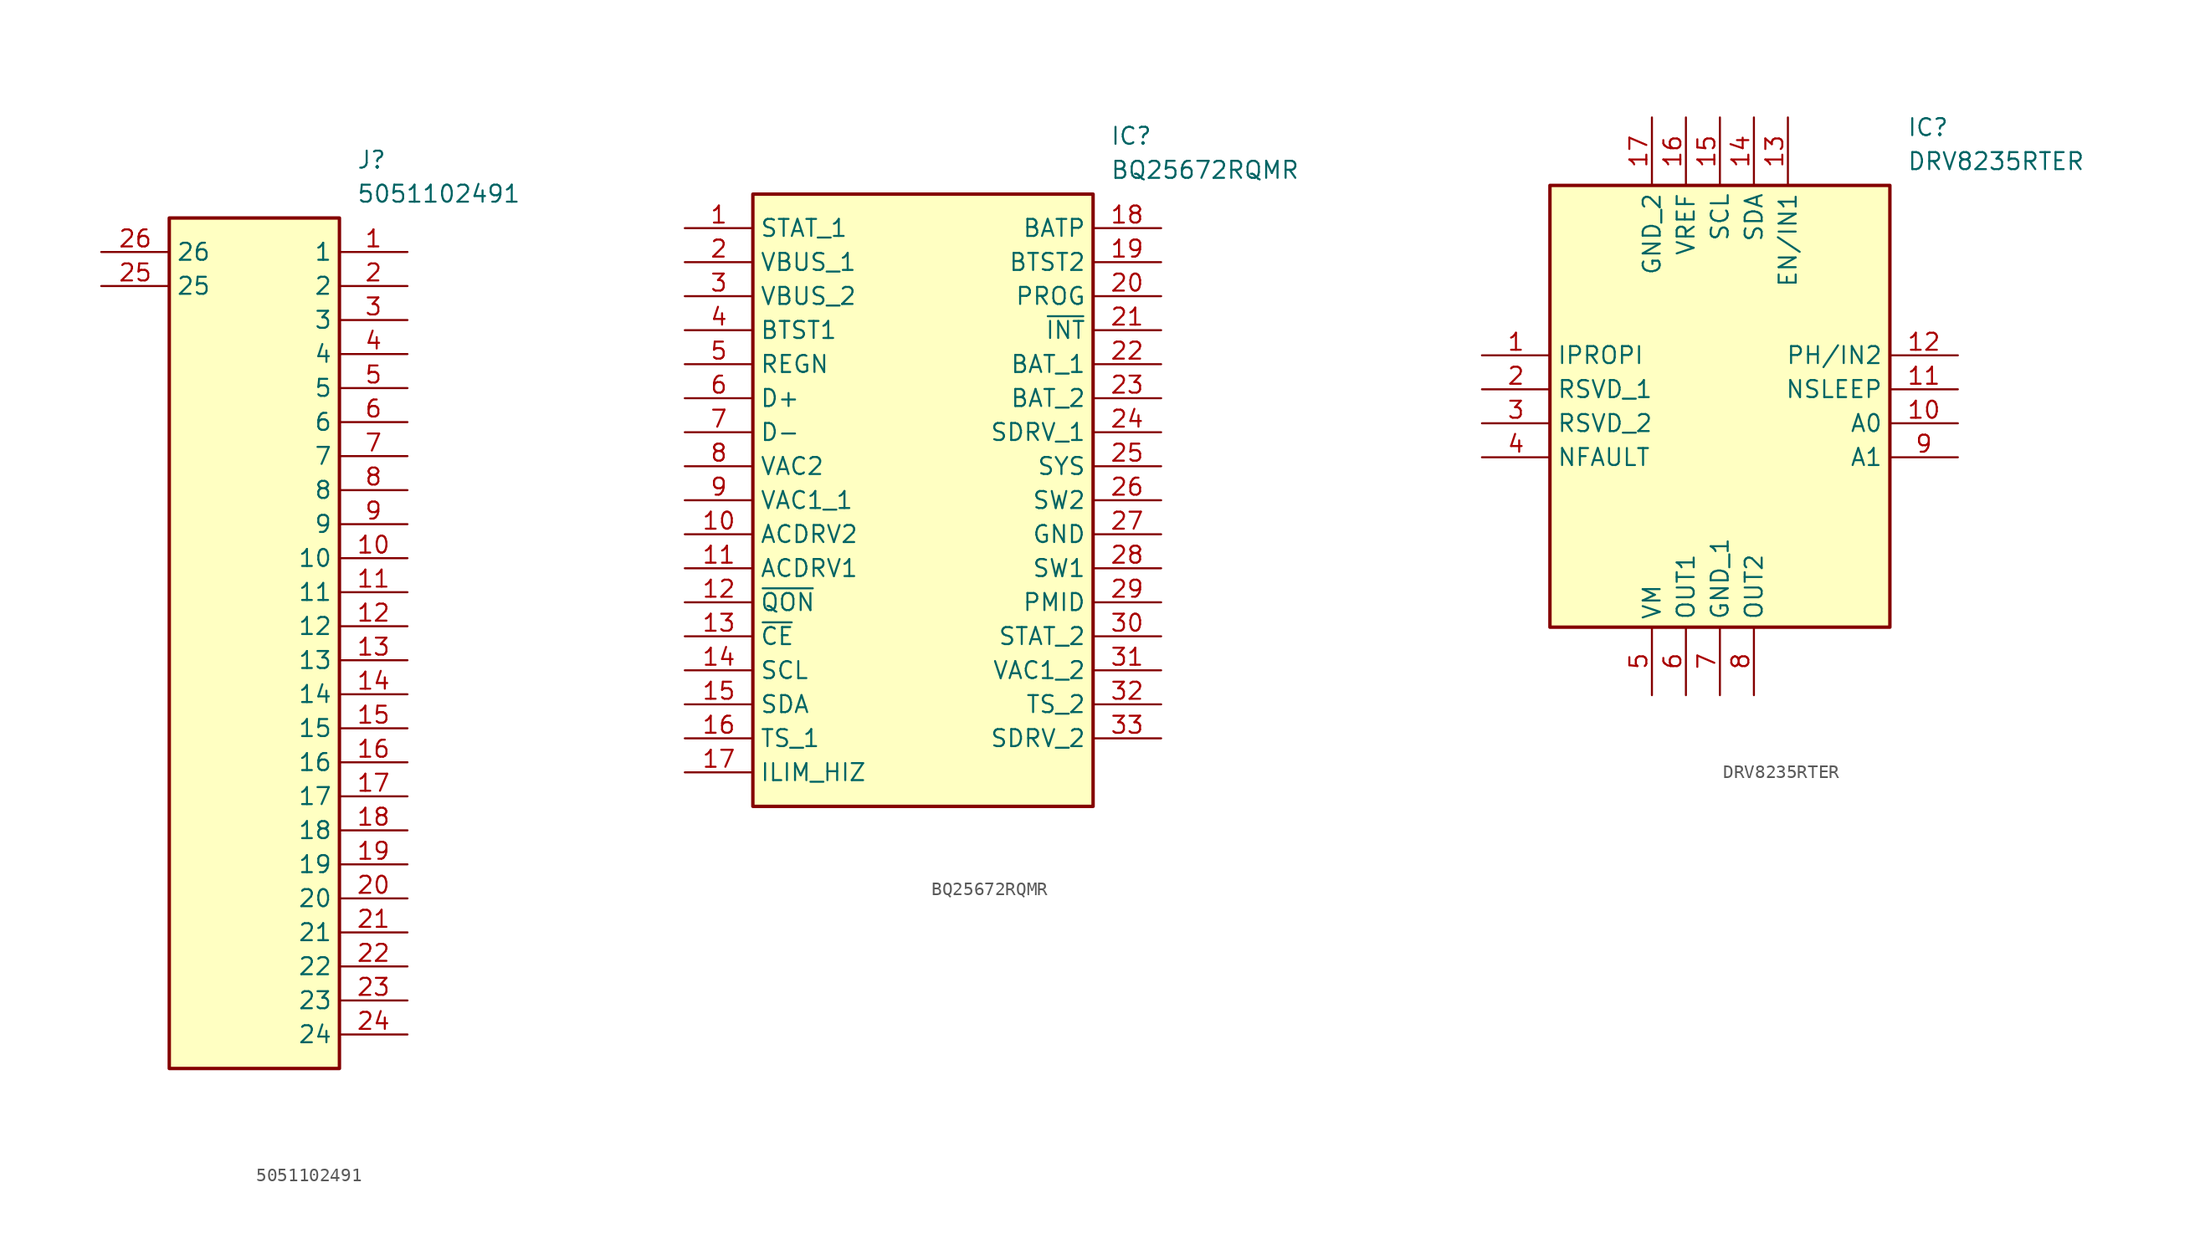
<source format=kicad_sym>
(kicad_symbol_lib
  (version 20220914)
  (generator SamacSys_ECAD_Model)
  (symbol "5051102491"
    (property "Reference" "J"
      (at 19.05 7.62 0)
      (effects (font (size 1.27 1.27)) (justify left top)))
    (property "Value" "5051102491"
      (at 19.05 5.08 0)
      (effects (font (size 1.27 1.27)) (justify left top)))
    (rectangle
      (start 5.08 2.54)
      (end 17.78 -60.96)
      (stroke (width 0.254) (type default))
      (fill (type background)))
    (pin passive line
      (at 22.86 0 180)
      (length 5.08)
      (name "1" (effects (font (size 1.27 1.27))))
      (number "1" (effects (font (size 1.27 1.27)))))
    (pin passive line
      (at 22.86 -2.54 180)
      (length 5.08)
      (name "2" (effects (font (size 1.27 1.27))))
      (number "2" (effects (font (size 1.27 1.27)))))
    (pin passive line
      (at 22.86 -5.08 180)
      (length 5.08)
      (name "3" (effects (font (size 1.27 1.27))))
      (number "3" (effects (font (size 1.27 1.27)))))
    (pin passive line
      (at 22.86 -7.62 180)
      (length 5.08)
      (name "4" (effects (font (size 1.27 1.27))))
      (number "4" (effects (font (size 1.27 1.27)))))
    (pin passive line
      (at 22.86 -10.16 180)
      (length 5.08)
      (name "5" (effects (font (size 1.27 1.27))))
      (number "5" (effects (font (size 1.27 1.27)))))
    (pin passive line
      (at 22.86 -12.7 180)
      (length 5.08)
      (name "6" (effects (font (size 1.27 1.27))))
      (number "6" (effects (font (size 1.27 1.27)))))
    (pin passive line
      (at 22.86 -15.24 180)
      (length 5.08)
      (name "7" (effects (font (size 1.27 1.27))))
      (number "7" (effects (font (size 1.27 1.27)))))
    (pin passive line
      (at 22.86 -17.78 180)
      (length 5.08)
      (name "8" (effects (font (size 1.27 1.27))))
      (number "8" (effects (font (size 1.27 1.27)))))
    (pin passive line
      (at 22.86 -20.32 180)
      (length 5.08)
      (name "9" (effects (font (size 1.27 1.27))))
      (number "9" (effects (font (size 1.27 1.27)))))
    (pin passive line
      (at 22.86 -22.86 180)
      (length 5.08)
      (name "10" (effects (font (size 1.27 1.27))))
      (number "10" (effects (font (size 1.27 1.27)))))
    (pin passive line
      (at 22.86 -25.4 180)
      (length 5.08)
      (name "11" (effects (font (size 1.27 1.27))))
      (number "11" (effects (font (size 1.27 1.27)))))
    (pin passive line
      (at 22.86 -27.94 180)
      (length 5.08)
      (name "12" (effects (font (size 1.27 1.27))))
      (number "12" (effects (font (size 1.27 1.27)))))
    (pin passive line
      (at 22.86 -30.48 180)
      (length 5.08)
      (name "13" (effects (font (size 1.27 1.27))))
      (number "13" (effects (font (size 1.27 1.27)))))
    (pin passive line
      (at 22.86 -33.02 180)
      (length 5.08)
      (name "14" (effects (font (size 1.27 1.27))))
      (number "14" (effects (font (size 1.27 1.27)))))
    (pin passive line
      (at 22.86 -35.56 180)
      (length 5.08)
      (name "15" (effects (font (size 1.27 1.27))))
      (number "15" (effects (font (size 1.27 1.27)))))
    (pin passive line
      (at 22.86 -38.1 180)
      (length 5.08)
      (name "16" (effects (font (size 1.27 1.27))))
      (number "16" (effects (font (size 1.27 1.27)))))
    (pin passive line
      (at 22.86 -40.64 180)
      (length 5.08)
      (name "17" (effects (font (size 1.27 1.27))))
      (number "17" (effects (font (size 1.27 1.27)))))
    (pin passive line
      (at 22.86 -43.18 180)
      (length 5.08)
      (name "18" (effects (font (size 1.27 1.27))))
      (number "18" (effects (font (size 1.27 1.27)))))
    (pin passive line
      (at 22.86 -45.72 180)
      (length 5.08)
      (name "19" (effects (font (size 1.27 1.27))))
      (number "19" (effects (font (size 1.27 1.27)))))
    (pin passive line
      (at 22.86 -48.26 180)
      (length 5.08)
      (name "20" (effects (font (size 1.27 1.27))))
      (number "20" (effects (font (size 1.27 1.27)))))
    (pin passive line
      (at 22.86 -50.8 180)
      (length 5.08)
      (name "21" (effects (font (size 1.27 1.27))))
      (number "21" (effects (font (size 1.27 1.27)))))
    (pin passive line
      (at 22.86 -53.34 180)
      (length 5.08)
      (name "22" (effects (font (size 1.27 1.27))))
      (number "22" (effects (font (size 1.27 1.27)))))
    (pin passive line
      (at 22.86 -55.88 180)
      (length 5.08)
      (name "23" (effects (font (size 1.27 1.27))))
      (number "23" (effects (font (size 1.27 1.27)))))
    (pin passive line
      (at 22.86 -58.42 180)
      (length 5.08)
      (name "24" (effects (font (size 1.27 1.27))))
      (number "24" (effects (font (size 1.27 1.27)))))
    (pin passive line
      (at 0 -2.54 0)
      (length 5.08)
      (name "25" (effects (font (size 1.27 1.27))))
      (number "25" (effects (font (size 1.27 1.27)))))
    (pin passive line
      (at 0 0 0)
      (length 5.08)
      (name "26" (effects (font (size 1.27 1.27))))
      (number "26" (effects (font (size 1.27 1.27))))))
  (symbol "BQ25672RQMR"
    (property "Reference" "IC"
      (at 31.75 7.62 0)
      (effects (font (size 1.27 1.27)) (justify left top)))
    (property "Value" "BQ25672RQMR"
      (at 31.75 5.08 0)
      (effects (font (size 1.27 1.27)) (justify left top)))
    (rectangle
      (start 5.08 2.54)
      (end 30.48 -43.18)
      (stroke (width 0.254) (type default))
      (fill (type background)))
    (pin passive line
      (at 0 0 0)
      (length 5.08)
      (name "STAT_1" (effects (font (size 1.27 1.27))))
      (number "1" (effects (font (size 1.27 1.27)))))
    (pin passive line
      (at 0 -2.54 0)
      (length 5.08)
      (name "VBUS_1" (effects (font (size 1.27 1.27))))
      (number "2" (effects (font (size 1.27 1.27)))))
    (pin passive line
      (at 0 -5.08 0)
      (length 5.08)
      (name "VBUS_2" (effects (font (size 1.27 1.27))))
      (number "3" (effects (font (size 1.27 1.27)))))
    (pin passive line
      (at 0 -7.62 0)
      (length 5.08)
      (name "BTST1" (effects (font (size 1.27 1.27))))
      (number "4" (effects (font (size 1.27 1.27)))))
    (pin passive line
      (at 0 -10.16 0)
      (length 5.08)
      (name "REGN" (effects (font (size 1.27 1.27))))
      (number "5" (effects (font (size 1.27 1.27)))))
    (pin passive line
      (at 0 -12.7 0)
      (length 5.08)
      (name "D+" (effects (font (size 1.27 1.27))))
      (number "6" (effects (font (size 1.27 1.27)))))
    (pin passive line
      (at 0 -15.24 0)
      (length 5.08)
      (name "D-" (effects (font (size 1.27 1.27))))
      (number "7" (effects (font (size 1.27 1.27)))))
    (pin passive line
      (at 0 -17.78 0)
      (length 5.08)
      (name "VAC2" (effects (font (size 1.27 1.27))))
      (number "8" (effects (font (size 1.27 1.27)))))
    (pin passive line
      (at 0 -20.32 0)
      (length 5.08)
      (name "VAC1_1" (effects (font (size 1.27 1.27))))
      (number "9" (effects (font (size 1.27 1.27)))))
    (pin passive line
      (at 0 -22.86 0)
      (length 5.08)
      (name "ACDRV2" (effects (font (size 1.27 1.27))))
      (number "10" (effects (font (size 1.27 1.27)))))
    (pin passive line
      (at 0 -25.4 0)
      (length 5.08)
      (name "ACDRV1" (effects (font (size 1.27 1.27))))
      (number "11" (effects (font (size 1.27 1.27)))))
    (pin passive line
      (at 0 -27.94 0)
      (length 5.08)
      (name "~{QON}" (effects (font (size 1.27 1.27))))
      (number "12" (effects (font (size 1.27 1.27)))))
    (pin passive line
      (at 0 -30.48 0)
      (length 5.08)
      (name "~{CE}" (effects (font (size 1.27 1.27))))
      (number "13" (effects (font (size 1.27 1.27)))))
    (pin passive line
      (at 0 -33.02 0)
      (length 5.08)
      (name "SCL" (effects (font (size 1.27 1.27))))
      (number "14" (effects (font (size 1.27 1.27)))))
    (pin passive line
      (at 0 -35.56 0)
      (length 5.08)
      (name "SDA" (effects (font (size 1.27 1.27))))
      (number "15" (effects (font (size 1.27 1.27)))))
    (pin passive line
      (at 0 -38.1 0)
      (length 5.08)
      (name "TS_1" (effects (font (size 1.27 1.27))))
      (number "16" (effects (font (size 1.27 1.27)))))
    (pin passive line
      (at 0 -40.64 0)
      (length 5.08)
      (name "ILIM_HIZ" (effects (font (size 1.27 1.27))))
      (number "17" (effects (font (size 1.27 1.27)))))
    (pin passive line
      (at 35.56 0 180)
      (length 5.08)
      (name "BATP" (effects (font (size 1.27 1.27))))
      (number "18" (effects (font (size 1.27 1.27)))))
    (pin passive line
      (at 35.56 -2.54 180)
      (length 5.08)
      (name "BTST2" (effects (font (size 1.27 1.27))))
      (number "19" (effects (font (size 1.27 1.27)))))
    (pin passive line
      (at 35.56 -5.08 180)
      (length 5.08)
      (name "PROG" (effects (font (size 1.27 1.27))))
      (number "20" (effects (font (size 1.27 1.27)))))
    (pin passive line
      (at 35.56 -7.62 180)
      (length 5.08)
      (name "~{INT}" (effects (font (size 1.27 1.27))))
      (number "21" (effects (font (size 1.27 1.27)))))
    (pin passive line
      (at 35.56 -10.16 180)
      (length 5.08)
      (name "BAT_1" (effects (font (size 1.27 1.27))))
      (number "22" (effects (font (size 1.27 1.27)))))
    (pin passive line
      (at 35.56 -12.7 180)
      (length 5.08)
      (name "BAT_2" (effects (font (size 1.27 1.27))))
      (number "23" (effects (font (size 1.27 1.27)))))
    (pin passive line
      (at 35.56 -15.24 180)
      (length 5.08)
      (name "SDRV_1" (effects (font (size 1.27 1.27))))
      (number "24" (effects (font (size 1.27 1.27)))))
    (pin passive line
      (at 35.56 -17.78 180)
      (length 5.08)
      (name "SYS" (effects (font (size 1.27 1.27))))
      (number "25" (effects (font (size 1.27 1.27)))))
    (pin passive line
      (at 35.56 -20.32 180)
      (length 5.08)
      (name "SW2" (effects (font (size 1.27 1.27))))
      (number "26" (effects (font (size 1.27 1.27)))))
    (pin passive line
      (at 35.56 -22.86 180)
      (length 5.08)
      (name "GND" (effects (font (size 1.27 1.27))))
      (number "27" (effects (font (size 1.27 1.27)))))
    (pin passive line
      (at 35.56 -25.4 180)
      (length 5.08)
      (name "SW1" (effects (font (size 1.27 1.27))))
      (number "28" (effects (font (size 1.27 1.27)))))
    (pin passive line
      (at 35.56 -27.94 180)
      (length 5.08)
      (name "PMID" (effects (font (size 1.27 1.27))))
      (number "29" (effects (font (size 1.27 1.27)))))
    (pin passive line
      (at 35.56 -30.48 180)
      (length 5.08)
      (name "STAT_2" (effects (font (size 1.27 1.27))))
      (number "30" (effects (font (size 1.27 1.27)))))
    (pin passive line
      (at 35.56 -33.02 180)
      (length 5.08)
      (name "VAC1_2" (effects (font (size 1.27 1.27))))
      (number "31" (effects (font (size 1.27 1.27)))))
    (pin passive line
      (at 35.56 -35.56 180)
      (length 5.08)
      (name "TS_2" (effects (font (size 1.27 1.27))))
      (number "32" (effects (font (size 1.27 1.27)))))
    (pin passive line
      (at 35.56 -38.1 180)
      (length 5.08)
      (name "SDRV_2" (effects (font (size 1.27 1.27))))
      (number "33" (effects (font (size 1.27 1.27))))))
  (symbol "DRV8235RTER"
    (property "Reference" "IC"
      (at 31.75 17.78 0)
      (effects (font (size 1.27 1.27)) (justify left top)))
    (property "Value" "DRV8235RTER"
      (at 31.75 15.24 0)
      (effects (font (size 1.27 1.27)) (justify left top)))
    (rectangle
      (start 5.08 12.7)
      (end 30.48 -20.32)
      (stroke (width 0.254) (type default))
      (fill (type background)))
    (pin passive line
      (at 0 0 0)
      (length 5.08)
      (name "IPROPI" (effects (font (size 1.27 1.27))))
      (number "1" (effects (font (size 1.27 1.27)))))
    (pin passive line
      (at 0 -2.54 0)
      (length 5.08)
      (name "RSVD_1" (effects (font (size 1.27 1.27))))
      (number "2" (effects (font (size 1.27 1.27)))))
    (pin passive line
      (at 0 -5.08 0)
      (length 5.08)
      (name "RSVD_2" (effects (font (size 1.27 1.27))))
      (number "3" (effects (font (size 1.27 1.27)))))
    (pin passive line
      (at 0 -7.62 0)
      (length 5.08)
      (name "NFAULT" (effects (font (size 1.27 1.27))))
      (number "4" (effects (font (size 1.27 1.27)))))
    (pin passive line
      (at 12.7 -25.4 90)
      (length 5.08)
      (name "VM" (effects (font (size 1.27 1.27))))
      (number "5" (effects (font (size 1.27 1.27)))))
    (pin passive line
      (at 15.24 -25.4 90)
      (length 5.08)
      (name "OUT1" (effects (font (size 1.27 1.27))))
      (number "6" (effects (font (size 1.27 1.27)))))
    (pin passive line
      (at 17.78 -25.4 90)
      (length 5.08)
      (name "GND_1" (effects (font (size 1.27 1.27))))
      (number "7" (effects (font (size 1.27 1.27)))))
    (pin passive line
      (at 20.32 -25.4 90)
      (length 5.08)
      (name "OUT2" (effects (font (size 1.27 1.27))))
      (number "8" (effects (font (size 1.27 1.27)))))
    (pin passive line
      (at 35.56 0 180)
      (length 5.08)
      (name "PH/IN2" (effects (font (size 1.27 1.27))))
      (number "12" (effects (font (size 1.27 1.27)))))
    (pin passive line
      (at 35.56 -2.54 180)
      (length 5.08)
      (name "NSLEEP" (effects (font (size 1.27 1.27))))
      (number "11" (effects (font (size 1.27 1.27)))))
    (pin passive line
      (at 35.56 -5.08 180)
      (length 5.08)
      (name "A0" (effects (font (size 1.27 1.27))))
      (number "10" (effects (font (size 1.27 1.27)))))
    (pin passive line
      (at 35.56 -7.62 180)
      (length 5.08)
      (name "A1" (effects (font (size 1.27 1.27))))
      (number "9" (effects (font (size 1.27 1.27)))))
    (pin passive line
      (at 12.7 17.78 270)
      (length 5.08)
      (name "GND_2" (effects (font (size 1.27 1.27))))
      (number "17" (effects (font (size 1.27 1.27)))))
    (pin passive line
      (at 15.24 17.78 270)
      (length 5.08)
      (name "VREF" (effects (font (size 1.27 1.27))))
      (number "16" (effects (font (size 1.27 1.27)))))
    (pin passive line
      (at 17.78 17.78 270)
      (length 5.08)
      (name "SCL" (effects (font (size 1.27 1.27))))
      (number "15" (effects (font (size 1.27 1.27)))))
    (pin passive line
      (at 20.32 17.78 270)
      (length 5.08)
      (name "SDA" (effects (font (size 1.27 1.27))))
      (number "14" (effects (font (size 1.27 1.27)))))
    (pin passive line
      (at 22.86 17.78 270)
      (length 5.08)
      (name "EN/IN1" (effects (font (size 1.27 1.27))))
      (number "13" (effects (font (size 1.27 1.27)))))))
</source>
